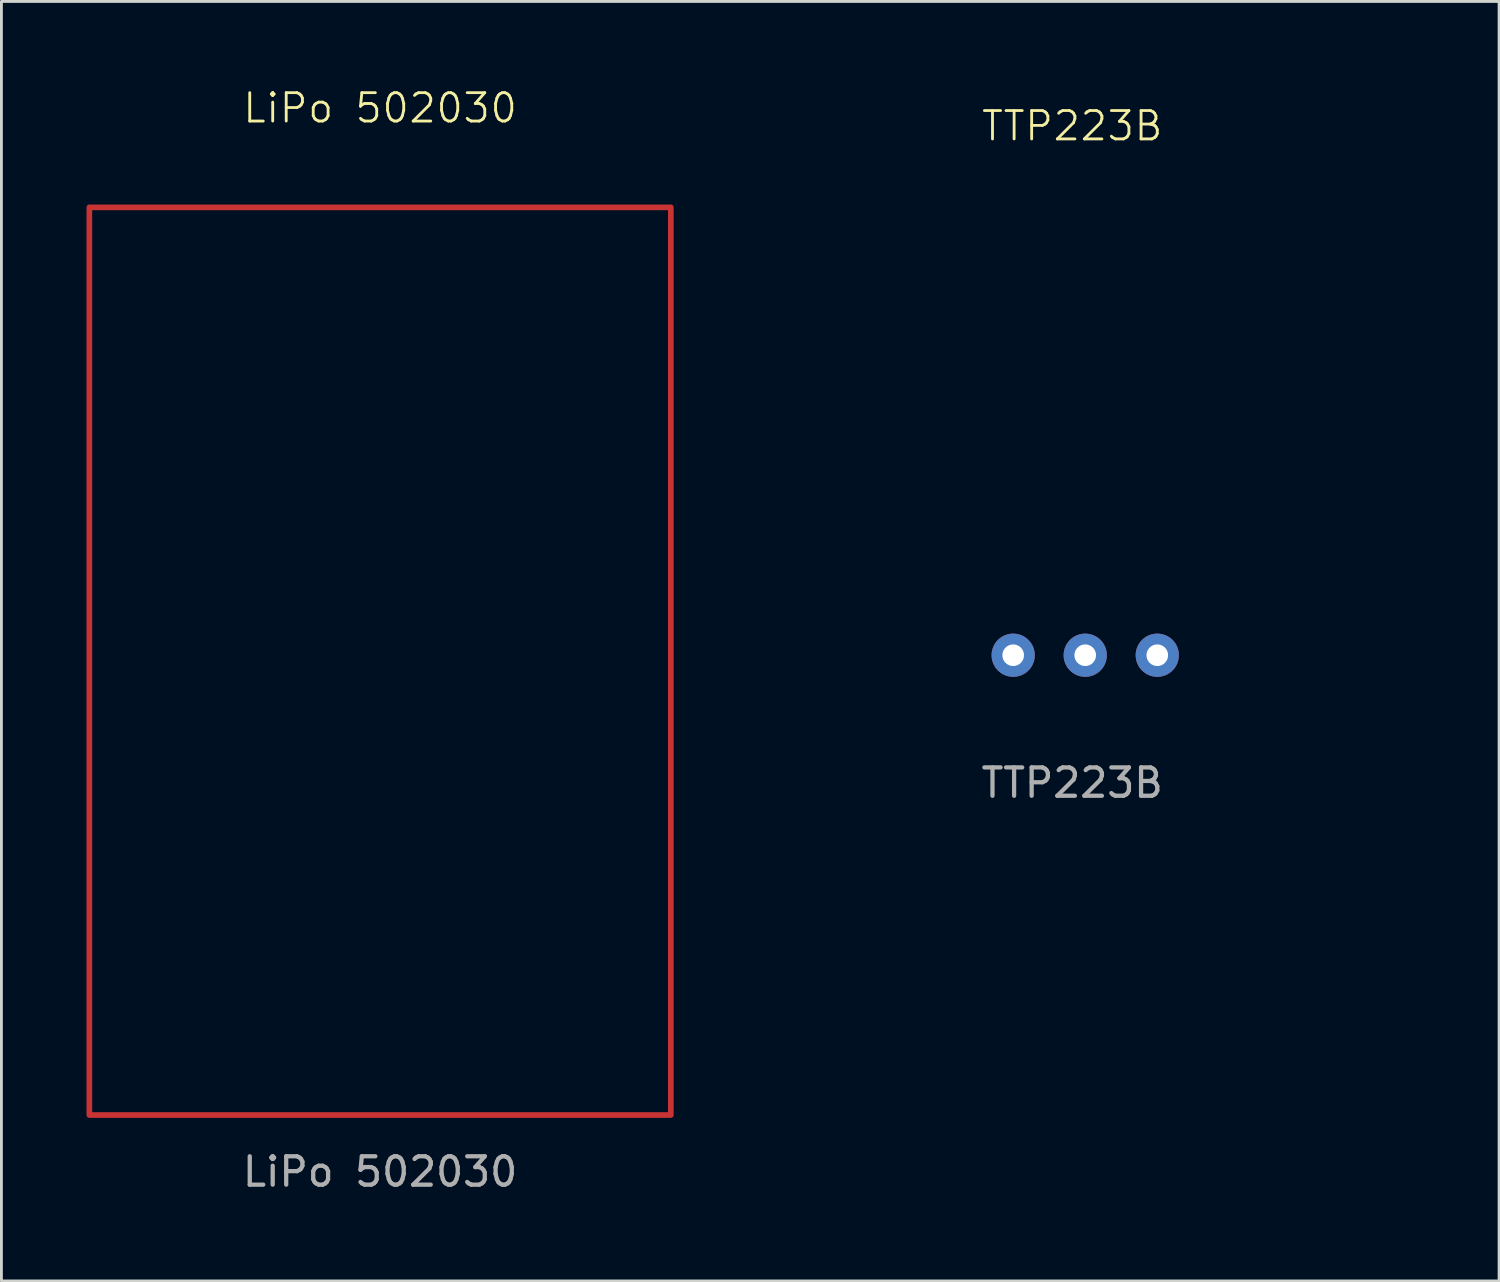
<source format=kicad_pcb>
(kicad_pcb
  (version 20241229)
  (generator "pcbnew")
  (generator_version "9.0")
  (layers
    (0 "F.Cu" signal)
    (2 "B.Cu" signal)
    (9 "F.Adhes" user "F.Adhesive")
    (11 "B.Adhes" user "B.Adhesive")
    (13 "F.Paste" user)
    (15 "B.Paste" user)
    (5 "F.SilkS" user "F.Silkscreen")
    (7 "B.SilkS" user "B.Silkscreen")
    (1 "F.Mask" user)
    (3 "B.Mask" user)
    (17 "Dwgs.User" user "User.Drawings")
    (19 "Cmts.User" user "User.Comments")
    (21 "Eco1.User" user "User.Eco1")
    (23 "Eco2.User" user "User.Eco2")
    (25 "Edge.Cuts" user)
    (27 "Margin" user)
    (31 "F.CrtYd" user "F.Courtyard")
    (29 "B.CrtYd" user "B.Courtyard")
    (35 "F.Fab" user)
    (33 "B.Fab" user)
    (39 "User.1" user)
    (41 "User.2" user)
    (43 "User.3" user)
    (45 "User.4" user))
  (footprint "TTP223B"
    (layer "F.Cu")
    (at 34.75 11.55)
    (property "Reference" "TTP223B" (at 0 -10.16 0) (unlocked yes) (layer "F.SilkS") (effects (font (size 1 1) (thickness 0.1))))
    (attr through_hole)
    (fp_rect (start -11 -11.5) (end 12 11.5) (stroke (width 0.1) (type default)) (fill no) (layer "Margin"))
    (fp_text user "${REFERENCE}" (at 0 13 0) (unlocked yes) (layer "F.Fab") (effects (font (size 1 1) (thickness 0.15))))
    (pad "1" thru_hole circle (at -2.08 8.5) (size 1.524 1.524) (drill 0.762) (layers "*.Cu" "*.Mask"))
    (pad "2" thru_hole circle (at 0.46 8.5) (size 1.524 1.524) (drill 0.762) (layers "*.Cu" "*.Mask"))
    (pad "3" thru_hole circle (at 3 8.5) (size 1.524 1.524) (drill 0.762) (layers "*.Cu" "*.Mask")))
  (footprint "LiPo 502030"
    (layer "F.Cu")
    (at 10.35 1.26)
    (property "Reference" "LiPo 502030" (at 0 -0.5 0) (unlocked yes) (layer "F.SilkS") (effects (font (size 1 1) (thickness 0.1))))
    (attr through_hole)
    (fp_rect (start -10.25 3) (end 10.25 35) (stroke (width 0.2) (type default)) (fill no) (layer "F.Cu"))
    (fp_text user "${REFERENCE}" (at 0 37 0) (unlocked yes) (layer "F.Fab") (effects (font (size 1 1) (thickness 0.15)))))
  (gr_rect
    (start -3 -3)
    (end 49.8 42.109)
    (stroke (width 0.1) (type default))
    (fill no)
    (layer "Edge.Cuts")))
</source>
